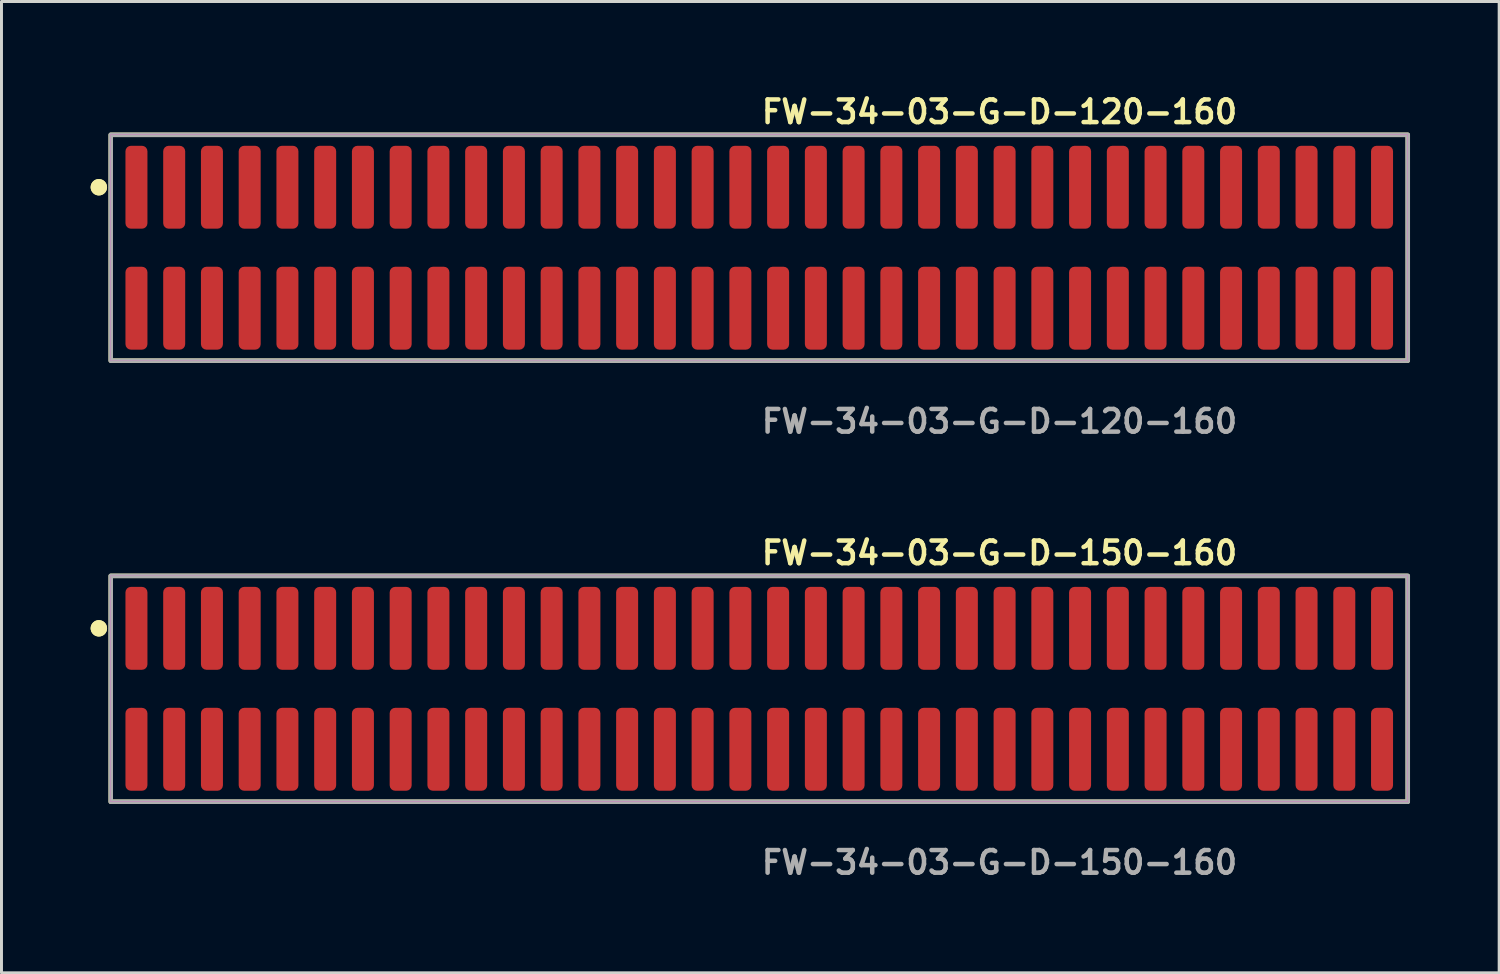
<source format=kicad_pcb>
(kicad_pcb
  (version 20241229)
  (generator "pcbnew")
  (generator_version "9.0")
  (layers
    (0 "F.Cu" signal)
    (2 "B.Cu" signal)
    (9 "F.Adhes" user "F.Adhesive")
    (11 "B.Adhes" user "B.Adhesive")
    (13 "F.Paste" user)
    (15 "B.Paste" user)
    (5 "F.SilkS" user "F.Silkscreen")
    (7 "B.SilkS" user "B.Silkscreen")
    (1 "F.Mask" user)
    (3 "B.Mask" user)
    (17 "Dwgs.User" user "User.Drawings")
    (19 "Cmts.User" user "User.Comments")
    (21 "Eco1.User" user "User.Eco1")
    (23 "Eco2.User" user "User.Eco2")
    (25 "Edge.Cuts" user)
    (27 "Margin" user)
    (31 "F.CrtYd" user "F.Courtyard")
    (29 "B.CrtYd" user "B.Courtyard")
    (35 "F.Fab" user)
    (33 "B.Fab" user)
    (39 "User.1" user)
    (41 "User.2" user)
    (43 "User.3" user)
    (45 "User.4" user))
  (footprint "FW-34-03-G-D-120-160"
    (layer "F.Cu")
    (at 22.496 5.285)
    (property "Reference" "FW-34-03-G-D-120-160" (at 0 -4.572 0) (unlocked yes) (layer "F.SilkS") (effects (font (size 0.762 0.762) (thickness 0.152)) (justify left)))
    (fp_rect (start -21.82 3.8) (end 21.82 -3.8) (stroke (width 0.152) (type solid)) (fill no) (layer "F.SilkS"))
    (fp_circle (center -22.22 -2.035) (end -22.42 -2.035) (stroke (width 0.152) (type solid)) (fill yes) (layer "F.SilkS"))
    (fp_circle (center -22.22 -2.035) (end -22.42 -2.035) (stroke (width 0.152) (type solid)) (fill yes) (layer "F.SilkS"))
    (fp_rect (start -21.82 3.8) (end 21.82 -3.8) (stroke (width 0.006) (type solid)) (fill no) (layer "F.CrtYd"))
    (fp_rect (start -21.82 3.8) (end 21.82 -3.8) (stroke (width 0.152) (type solid)) (fill no) (layer "F.Fab"))
    (fp_text user "${REFERENCE}" (at 0 5.842 0) (unlocked yes) (layer "F.Fab") (effects (font (size 0.762 0.762) (thickness 0.152)) (justify left)))
    (pad "1" smd roundrect (at -20.955 -2.035) (size 0.74 2.79) (layers "F.Cu" "F.Paste") (roundrect_rratio 0.25))
    (pad "2" smd roundrect (at -20.955 2.035) (size 0.74 2.79) (layers "F.Cu" "F.Paste") (roundrect_rratio 0.25))
    (pad "3" smd roundrect (at -19.685 -2.035) (size 0.74 2.79) (layers "F.Cu" "F.Paste") (roundrect_rratio 0.25))
    (pad "4" smd roundrect (at -19.685 2.035) (size 0.74 2.79) (layers "F.Cu" "F.Paste") (roundrect_rratio 0.25))
    (pad "5" smd roundrect (at -18.415 -2.035) (size 0.74 2.79) (layers "F.Cu" "F.Paste") (roundrect_rratio 0.25))
    (pad "6" smd roundrect (at -18.415 2.035) (size 0.74 2.79) (layers "F.Cu" "F.Paste") (roundrect_rratio 0.25))
    (pad "7" smd roundrect (at -17.145 -2.035) (size 0.74 2.79) (layers "F.Cu" "F.Paste") (roundrect_rratio 0.25))
    (pad "8" smd roundrect (at -17.145 2.035) (size 0.74 2.79) (layers "F.Cu" "F.Paste") (roundrect_rratio 0.25))
    (pad "9" smd roundrect (at -15.875 -2.035) (size 0.74 2.79) (layers "F.Cu" "F.Paste") (roundrect_rratio 0.25))
    (pad "10" smd roundrect (at -15.875 2.035) (size 0.74 2.79) (layers "F.Cu" "F.Paste") (roundrect_rratio 0.25))
    (pad "11" smd roundrect (at -14.605 -2.035) (size 0.74 2.79) (layers "F.Cu" "F.Paste") (roundrect_rratio 0.25))
    (pad "12" smd roundrect (at -14.605 2.035) (size 0.74 2.79) (layers "F.Cu" "F.Paste") (roundrect_rratio 0.25))
    (pad "13" smd roundrect (at -13.335 -2.035) (size 0.74 2.79) (layers "F.Cu" "F.Paste") (roundrect_rratio 0.25))
    (pad "14" smd roundrect (at -13.335 2.035) (size 0.74 2.79) (layers "F.Cu" "F.Paste") (roundrect_rratio 0.25))
    (pad "15" smd roundrect (at -12.065 -2.035) (size 0.74 2.79) (layers "F.Cu" "F.Paste") (roundrect_rratio 0.25))
    (pad "16" smd roundrect (at -12.065 2.035) (size 0.74 2.79) (layers "F.Cu" "F.Paste") (roundrect_rratio 0.25))
    (pad "17" smd roundrect (at -10.795 -2.035) (size 0.74 2.79) (layers "F.Cu" "F.Paste") (roundrect_rratio 0.25))
    (pad "18" smd roundrect (at -10.795 2.035) (size 0.74 2.79) (layers "F.Cu" "F.Paste") (roundrect_rratio 0.25))
    (pad "19" smd roundrect (at -9.525 -2.035) (size 0.74 2.79) (layers "F.Cu" "F.Paste") (roundrect_rratio 0.25))
    (pad "20" smd roundrect (at -9.525 2.035) (size 0.74 2.79) (layers "F.Cu" "F.Paste") (roundrect_rratio 0.25))
    (pad "21" smd roundrect (at -8.255 -2.035) (size 0.74 2.79) (layers "F.Cu" "F.Paste") (roundrect_rratio 0.25))
    (pad "22" smd roundrect (at -8.255 2.035) (size 0.74 2.79) (layers "F.Cu" "F.Paste") (roundrect_rratio 0.25))
    (pad "23" smd roundrect (at -6.985 -2.035) (size 0.74 2.79) (layers "F.Cu" "F.Paste") (roundrect_rratio 0.25))
    (pad "24" smd roundrect (at -6.985 2.035) (size 0.74 2.79) (layers "F.Cu" "F.Paste") (roundrect_rratio 0.25))
    (pad "25" smd roundrect (at -5.715 -2.035) (size 0.74 2.79) (layers "F.Cu" "F.Paste") (roundrect_rratio 0.25))
    (pad "26" smd roundrect (at -5.715 2.035) (size 0.74 2.79) (layers "F.Cu" "F.Paste") (roundrect_rratio 0.25))
    (pad "27" smd roundrect (at -4.445 -2.035) (size 0.74 2.79) (layers "F.Cu" "F.Paste") (roundrect_rratio 0.25))
    (pad "28" smd roundrect (at -4.445 2.035) (size 0.74 2.79) (layers "F.Cu" "F.Paste") (roundrect_rratio 0.25))
    (pad "29" smd roundrect (at -3.175 -2.035) (size 0.74 2.79) (layers "F.Cu" "F.Paste") (roundrect_rratio 0.25))
    (pad "30" smd roundrect (at -3.175 2.035) (size 0.74 2.79) (layers "F.Cu" "F.Paste") (roundrect_rratio 0.25))
    (pad "31" smd roundrect (at -1.905 -2.035) (size 0.74 2.79) (layers "F.Cu" "F.Paste") (roundrect_rratio 0.25))
    (pad "32" smd roundrect (at -1.905 2.035) (size 0.74 2.79) (layers "F.Cu" "F.Paste") (roundrect_rratio 0.25))
    (pad "33" smd roundrect (at -0.635 -2.035) (size 0.74 2.79) (layers "F.Cu" "F.Paste") (roundrect_rratio 0.25))
    (pad "34" smd roundrect (at -0.635 2.035) (size 0.74 2.79) (layers "F.Cu" "F.Paste") (roundrect_rratio 0.25))
    (pad "35" smd roundrect (at 0.635 -2.035) (size 0.74 2.79) (layers "F.Cu" "F.Paste") (roundrect_rratio 0.25))
    (pad "36" smd roundrect (at 0.635 2.035) (size 0.74 2.79) (layers "F.Cu" "F.Paste") (roundrect_rratio 0.25))
    (pad "37" smd roundrect (at 1.905 -2.035) (size 0.74 2.79) (layers "F.Cu" "F.Paste") (roundrect_rratio 0.25))
    (pad "38" smd roundrect (at 1.905 2.035) (size 0.74 2.79) (layers "F.Cu" "F.Paste") (roundrect_rratio 0.25))
    (pad "39" smd roundrect (at 3.175 -2.035) (size 0.74 2.79) (layers "F.Cu" "F.Paste") (roundrect_rratio 0.25))
    (pad "40" smd roundrect (at 3.175 2.035) (size 0.74 2.79) (layers "F.Cu" "F.Paste") (roundrect_rratio 0.25))
    (pad "41" smd roundrect (at 4.445 -2.035) (size 0.74 2.79) (layers "F.Cu" "F.Paste") (roundrect_rratio 0.25))
    (pad "42" smd roundrect (at 4.445 2.035) (size 0.74 2.79) (layers "F.Cu" "F.Paste") (roundrect_rratio 0.25))
    (pad "43" smd roundrect (at 5.715 -2.035) (size 0.74 2.79) (layers "F.Cu" "F.Paste") (roundrect_rratio 0.25))
    (pad "44" smd roundrect (at 5.715 2.035) (size 0.74 2.79) (layers "F.Cu" "F.Paste") (roundrect_rratio 0.25))
    (pad "45" smd roundrect (at 6.985 -2.035) (size 0.74 2.79) (layers "F.Cu" "F.Paste") (roundrect_rratio 0.25))
    (pad "46" smd roundrect (at 6.985 2.035) (size 0.74 2.79) (layers "F.Cu" "F.Paste") (roundrect_rratio 0.25))
    (pad "47" smd roundrect (at 8.255 -2.035) (size 0.74 2.79) (layers "F.Cu" "F.Paste") (roundrect_rratio 0.25))
    (pad "48" smd roundrect (at 8.255 2.035) (size 0.74 2.79) (layers "F.Cu" "F.Paste") (roundrect_rratio 0.25))
    (pad "49" smd roundrect (at 9.525 -2.035) (size 0.74 2.79) (layers "F.Cu" "F.Paste") (roundrect_rratio 0.25))
    (pad "50" smd roundrect (at 9.525 2.035) (size 0.74 2.79) (layers "F.Cu" "F.Paste") (roundrect_rratio 0.25))
    (pad "51" smd roundrect (at 10.795 -2.035) (size 0.74 2.79) (layers "F.Cu" "F.Paste") (roundrect_rratio 0.25))
    (pad "52" smd roundrect (at 10.795 2.035) (size 0.74 2.79) (layers "F.Cu" "F.Paste") (roundrect_rratio 0.25))
    (pad "53" smd roundrect (at 12.065 -2.035) (size 0.74 2.79) (layers "F.Cu" "F.Paste") (roundrect_rratio 0.25))
    (pad "54" smd roundrect (at 12.065 2.035) (size 0.74 2.79) (layers "F.Cu" "F.Paste") (roundrect_rratio 0.25))
    (pad "55" smd roundrect (at 13.335 -2.035) (size 0.74 2.79) (layers "F.Cu" "F.Paste") (roundrect_rratio 0.25))
    (pad "56" smd roundrect (at 13.335 2.035) (size 0.74 2.79) (layers "F.Cu" "F.Paste") (roundrect_rratio 0.25))
    (pad "57" smd roundrect (at 14.605 -2.035) (size 0.74 2.79) (layers "F.Cu" "F.Paste") (roundrect_rratio 0.25))
    (pad "58" smd roundrect (at 14.605 2.035) (size 0.74 2.79) (layers "F.Cu" "F.Paste") (roundrect_rratio 0.25))
    (pad "59" smd roundrect (at 15.875 -2.035) (size 0.74 2.79) (layers "F.Cu" "F.Paste") (roundrect_rratio 0.25))
    (pad "60" smd roundrect (at 15.875 2.035) (size 0.74 2.79) (layers "F.Cu" "F.Paste") (roundrect_rratio 0.25))
    (pad "61" smd roundrect (at 17.145 -2.035) (size 0.74 2.79) (layers "F.Cu" "F.Paste") (roundrect_rratio 0.25))
    (pad "62" smd roundrect (at 17.145 2.035) (size 0.74 2.79) (layers "F.Cu" "F.Paste") (roundrect_rratio 0.25))
    (pad "63" smd roundrect (at 18.415 -2.035) (size 0.74 2.79) (layers "F.Cu" "F.Paste") (roundrect_rratio 0.25))
    (pad "64" smd roundrect (at 18.415 2.035) (size 0.74 2.79) (layers "F.Cu" "F.Paste") (roundrect_rratio 0.25))
    (pad "65" smd roundrect (at 19.685 -2.035) (size 0.74 2.79) (layers "F.Cu" "F.Paste") (roundrect_rratio 0.25))
    (pad "66" smd roundrect (at 19.685 2.035) (size 0.74 2.79) (layers "F.Cu" "F.Paste") (roundrect_rratio 0.25))
    (pad "67" smd roundrect (at 20.955 -2.035) (size 0.74 2.79) (layers "F.Cu" "F.Paste") (roundrect_rratio 0.25))
    (pad "68" smd roundrect (at 20.955 2.035) (size 0.74 2.79) (layers "F.Cu" "F.Paste") (roundrect_rratio 0.25)))
  (footprint "FW-34-03-G-D-150-160"
    (layer "F.Cu")
    (at 22.496 20.126)
    (property "Reference" "FW-34-03-G-D-150-160" (at 0 -4.572 0) (unlocked yes) (layer "F.SilkS") (effects (font (size 0.762 0.762) (thickness 0.152)) (justify left)))
    (fp_rect (start -21.82 3.8) (end 21.82 -3.8) (stroke (width 0.152) (type solid)) (fill no) (layer "F.SilkS"))
    (fp_circle (center -22.22 -2.035) (end -22.42 -2.035) (stroke (width 0.152) (type solid)) (fill yes) (layer "F.SilkS"))
    (fp_circle (center -22.22 -2.035) (end -22.42 -2.035) (stroke (width 0.152) (type solid)) (fill yes) (layer "F.SilkS"))
    (fp_rect (start -21.82 3.8) (end 21.82 -3.8) (stroke (width 0.006) (type solid)) (fill no) (layer "F.CrtYd"))
    (fp_rect (start -21.82 3.8) (end 21.82 -3.8) (stroke (width 0.152) (type solid)) (fill no) (layer "F.Fab"))
    (fp_text user "${REFERENCE}" (at 0 5.842 0) (unlocked yes) (layer "F.Fab") (effects (font (size 0.762 0.762) (thickness 0.152)) (justify left)))
    (pad "1" smd roundrect (at -20.955 -2.035) (size 0.74 2.79) (layers "F.Cu" "F.Paste") (roundrect_rratio 0.25))
    (pad "2" smd roundrect (at -20.955 2.035) (size 0.74 2.79) (layers "F.Cu" "F.Paste") (roundrect_rratio 0.25))
    (pad "3" smd roundrect (at -19.685 -2.035) (size 0.74 2.79) (layers "F.Cu" "F.Paste") (roundrect_rratio 0.25))
    (pad "4" smd roundrect (at -19.685 2.035) (size 0.74 2.79) (layers "F.Cu" "F.Paste") (roundrect_rratio 0.25))
    (pad "5" smd roundrect (at -18.415 -2.035) (size 0.74 2.79) (layers "F.Cu" "F.Paste") (roundrect_rratio 0.25))
    (pad "6" smd roundrect (at -18.415 2.035) (size 0.74 2.79) (layers "F.Cu" "F.Paste") (roundrect_rratio 0.25))
    (pad "7" smd roundrect (at -17.145 -2.035) (size 0.74 2.79) (layers "F.Cu" "F.Paste") (roundrect_rratio 0.25))
    (pad "8" smd roundrect (at -17.145 2.035) (size 0.74 2.79) (layers "F.Cu" "F.Paste") (roundrect_rratio 0.25))
    (pad "9" smd roundrect (at -15.875 -2.035) (size 0.74 2.79) (layers "F.Cu" "F.Paste") (roundrect_rratio 0.25))
    (pad "10" smd roundrect (at -15.875 2.035) (size 0.74 2.79) (layers "F.Cu" "F.Paste") (roundrect_rratio 0.25))
    (pad "11" smd roundrect (at -14.605 -2.035) (size 0.74 2.79) (layers "F.Cu" "F.Paste") (roundrect_rratio 0.25))
    (pad "12" smd roundrect (at -14.605 2.035) (size 0.74 2.79) (layers "F.Cu" "F.Paste") (roundrect_rratio 0.25))
    (pad "13" smd roundrect (at -13.335 -2.035) (size 0.74 2.79) (layers "F.Cu" "F.Paste") (roundrect_rratio 0.25))
    (pad "14" smd roundrect (at -13.335 2.035) (size 0.74 2.79) (layers "F.Cu" "F.Paste") (roundrect_rratio 0.25))
    (pad "15" smd roundrect (at -12.065 -2.035) (size 0.74 2.79) (layers "F.Cu" "F.Paste") (roundrect_rratio 0.25))
    (pad "16" smd roundrect (at -12.065 2.035) (size 0.74 2.79) (layers "F.Cu" "F.Paste") (roundrect_rratio 0.25))
    (pad "17" smd roundrect (at -10.795 -2.035) (size 0.74 2.79) (layers "F.Cu" "F.Paste") (roundrect_rratio 0.25))
    (pad "18" smd roundrect (at -10.795 2.035) (size 0.74 2.79) (layers "F.Cu" "F.Paste") (roundrect_rratio 0.25))
    (pad "19" smd roundrect (at -9.525 -2.035) (size 0.74 2.79) (layers "F.Cu" "F.Paste") (roundrect_rratio 0.25))
    (pad "20" smd roundrect (at -9.525 2.035) (size 0.74 2.79) (layers "F.Cu" "F.Paste") (roundrect_rratio 0.25))
    (pad "21" smd roundrect (at -8.255 -2.035) (size 0.74 2.79) (layers "F.Cu" "F.Paste") (roundrect_rratio 0.25))
    (pad "22" smd roundrect (at -8.255 2.035) (size 0.74 2.79) (layers "F.Cu" "F.Paste") (roundrect_rratio 0.25))
    (pad "23" smd roundrect (at -6.985 -2.035) (size 0.74 2.79) (layers "F.Cu" "F.Paste") (roundrect_rratio 0.25))
    (pad "24" smd roundrect (at -6.985 2.035) (size 0.74 2.79) (layers "F.Cu" "F.Paste") (roundrect_rratio 0.25))
    (pad "25" smd roundrect (at -5.715 -2.035) (size 0.74 2.79) (layers "F.Cu" "F.Paste") (roundrect_rratio 0.25))
    (pad "26" smd roundrect (at -5.715 2.035) (size 0.74 2.79) (layers "F.Cu" "F.Paste") (roundrect_rratio 0.25))
    (pad "27" smd roundrect (at -4.445 -2.035) (size 0.74 2.79) (layers "F.Cu" "F.Paste") (roundrect_rratio 0.25))
    (pad "28" smd roundrect (at -4.445 2.035) (size 0.74 2.79) (layers "F.Cu" "F.Paste") (roundrect_rratio 0.25))
    (pad "29" smd roundrect (at -3.175 -2.035) (size 0.74 2.79) (layers "F.Cu" "F.Paste") (roundrect_rratio 0.25))
    (pad "30" smd roundrect (at -3.175 2.035) (size 0.74 2.79) (layers "F.Cu" "F.Paste") (roundrect_rratio 0.25))
    (pad "31" smd roundrect (at -1.905 -2.035) (size 0.74 2.79) (layers "F.Cu" "F.Paste") (roundrect_rratio 0.25))
    (pad "32" smd roundrect (at -1.905 2.035) (size 0.74 2.79) (layers "F.Cu" "F.Paste") (roundrect_rratio 0.25))
    (pad "33" smd roundrect (at -0.635 -2.035) (size 0.74 2.79) (layers "F.Cu" "F.Paste") (roundrect_rratio 0.25))
    (pad "34" smd roundrect (at -0.635 2.035) (size 0.74 2.79) (layers "F.Cu" "F.Paste") (roundrect_rratio 0.25))
    (pad "35" smd roundrect (at 0.635 -2.035) (size 0.74 2.79) (layers "F.Cu" "F.Paste") (roundrect_rratio 0.25))
    (pad "36" smd roundrect (at 0.635 2.035) (size 0.74 2.79) (layers "F.Cu" "F.Paste") (roundrect_rratio 0.25))
    (pad "37" smd roundrect (at 1.905 -2.035) (size 0.74 2.79) (layers "F.Cu" "F.Paste") (roundrect_rratio 0.25))
    (pad "38" smd roundrect (at 1.905 2.035) (size 0.74 2.79) (layers "F.Cu" "F.Paste") (roundrect_rratio 0.25))
    (pad "39" smd roundrect (at 3.175 -2.035) (size 0.74 2.79) (layers "F.Cu" "F.Paste") (roundrect_rratio 0.25))
    (pad "40" smd roundrect (at 3.175 2.035) (size 0.74 2.79) (layers "F.Cu" "F.Paste") (roundrect_rratio 0.25))
    (pad "41" smd roundrect (at 4.445 -2.035) (size 0.74 2.79) (layers "F.Cu" "F.Paste") (roundrect_rratio 0.25))
    (pad "42" smd roundrect (at 4.445 2.035) (size 0.74 2.79) (layers "F.Cu" "F.Paste") (roundrect_rratio 0.25))
    (pad "43" smd roundrect (at 5.715 -2.035) (size 0.74 2.79) (layers "F.Cu" "F.Paste") (roundrect_rratio 0.25))
    (pad "44" smd roundrect (at 5.715 2.035) (size 0.74 2.79) (layers "F.Cu" "F.Paste") (roundrect_rratio 0.25))
    (pad "45" smd roundrect (at 6.985 -2.035) (size 0.74 2.79) (layers "F.Cu" "F.Paste") (roundrect_rratio 0.25))
    (pad "46" smd roundrect (at 6.985 2.035) (size 0.74 2.79) (layers "F.Cu" "F.Paste") (roundrect_rratio 0.25))
    (pad "47" smd roundrect (at 8.255 -2.035) (size 0.74 2.79) (layers "F.Cu" "F.Paste") (roundrect_rratio 0.25))
    (pad "48" smd roundrect (at 8.255 2.035) (size 0.74 2.79) (layers "F.Cu" "F.Paste") (roundrect_rratio 0.25))
    (pad "49" smd roundrect (at 9.525 -2.035) (size 0.74 2.79) (layers "F.Cu" "F.Paste") (roundrect_rratio 0.25))
    (pad "50" smd roundrect (at 9.525 2.035) (size 0.74 2.79) (layers "F.Cu" "F.Paste") (roundrect_rratio 0.25))
    (pad "51" smd roundrect (at 10.795 -2.035) (size 0.74 2.79) (layers "F.Cu" "F.Paste") (roundrect_rratio 0.25))
    (pad "52" smd roundrect (at 10.795 2.035) (size 0.74 2.79) (layers "F.Cu" "F.Paste") (roundrect_rratio 0.25))
    (pad "53" smd roundrect (at 12.065 -2.035) (size 0.74 2.79) (layers "F.Cu" "F.Paste") (roundrect_rratio 0.25))
    (pad "54" smd roundrect (at 12.065 2.035) (size 0.74 2.79) (layers "F.Cu" "F.Paste") (roundrect_rratio 0.25))
    (pad "55" smd roundrect (at 13.335 -2.035) (size 0.74 2.79) (layers "F.Cu" "F.Paste") (roundrect_rratio 0.25))
    (pad "56" smd roundrect (at 13.335 2.035) (size 0.74 2.79) (layers "F.Cu" "F.Paste") (roundrect_rratio 0.25))
    (pad "57" smd roundrect (at 14.605 -2.035) (size 0.74 2.79) (layers "F.Cu" "F.Paste") (roundrect_rratio 0.25))
    (pad "58" smd roundrect (at 14.605 2.035) (size 0.74 2.79) (layers "F.Cu" "F.Paste") (roundrect_rratio 0.25))
    (pad "59" smd roundrect (at 15.875 -2.035) (size 0.74 2.79) (layers "F.Cu" "F.Paste") (roundrect_rratio 0.25))
    (pad "60" smd roundrect (at 15.875 2.035) (size 0.74 2.79) (layers "F.Cu" "F.Paste") (roundrect_rratio 0.25))
    (pad "61" smd roundrect (at 17.145 -2.035) (size 0.74 2.79) (layers "F.Cu" "F.Paste") (roundrect_rratio 0.25))
    (pad "62" smd roundrect (at 17.145 2.035) (size 0.74 2.79) (layers "F.Cu" "F.Paste") (roundrect_rratio 0.25))
    (pad "63" smd roundrect (at 18.415 -2.035) (size 0.74 2.79) (layers "F.Cu" "F.Paste") (roundrect_rratio 0.25))
    (pad "64" smd roundrect (at 18.415 2.035) (size 0.74 2.79) (layers "F.Cu" "F.Paste") (roundrect_rratio 0.25))
    (pad "65" smd roundrect (at 19.685 -2.035) (size 0.74 2.79) (layers "F.Cu" "F.Paste") (roundrect_rratio 0.25))
    (pad "66" smd roundrect (at 19.685 2.035) (size 0.74 2.79) (layers "F.Cu" "F.Paste") (roundrect_rratio 0.25))
    (pad "67" smd roundrect (at 20.955 -2.035) (size 0.74 2.79) (layers "F.Cu" "F.Paste") (roundrect_rratio 0.25))
    (pad "68" smd roundrect (at 20.955 2.035) (size 0.74 2.79) (layers "F.Cu" "F.Paste") (roundrect_rratio 0.25)))
  (gr_rect
    (start -3 -3)
    (end 47.392 29.681)
    (stroke (width 0.1) (type default))
    (fill no)
    (layer "Edge.Cuts")))
</source>
